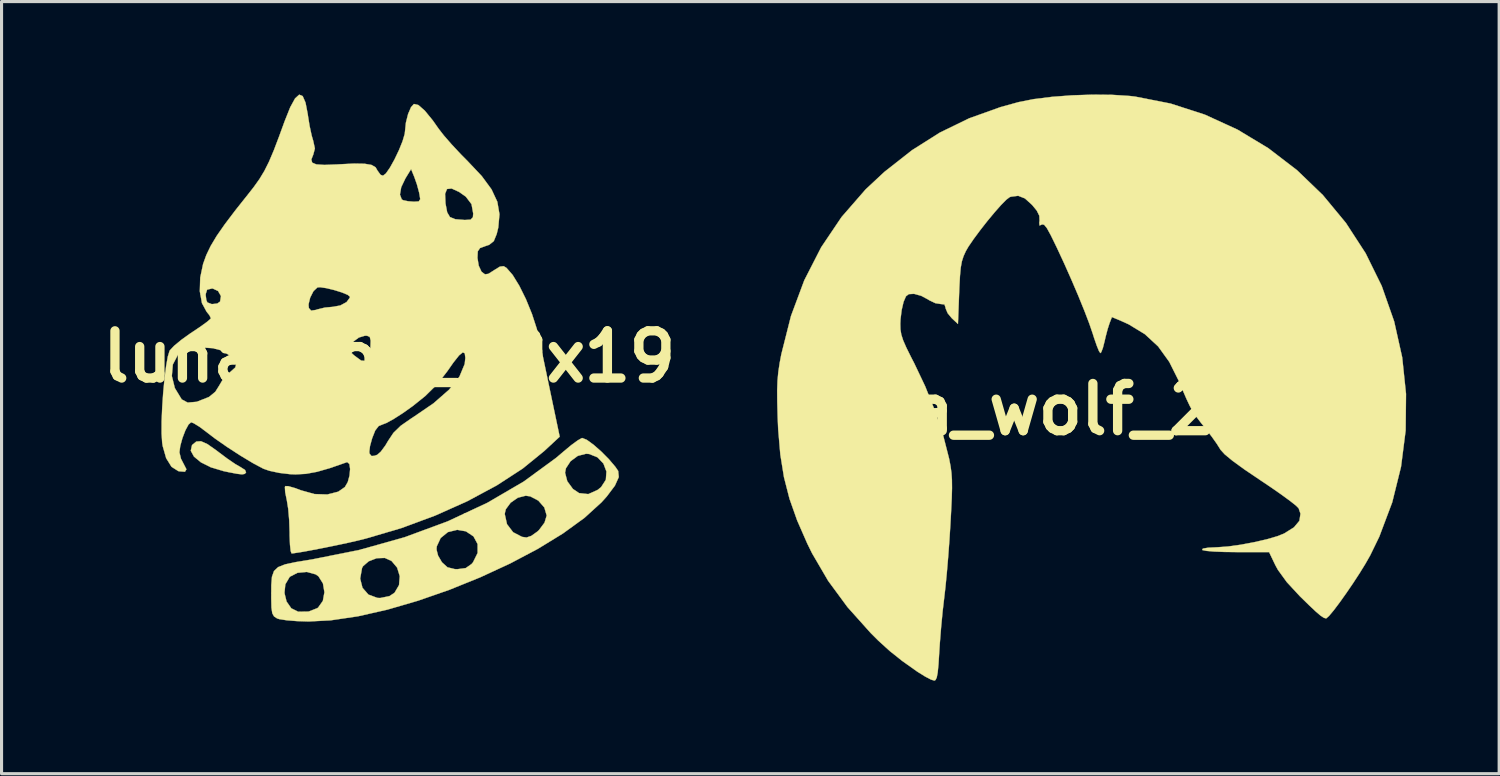
<source format=kicad_pcb>
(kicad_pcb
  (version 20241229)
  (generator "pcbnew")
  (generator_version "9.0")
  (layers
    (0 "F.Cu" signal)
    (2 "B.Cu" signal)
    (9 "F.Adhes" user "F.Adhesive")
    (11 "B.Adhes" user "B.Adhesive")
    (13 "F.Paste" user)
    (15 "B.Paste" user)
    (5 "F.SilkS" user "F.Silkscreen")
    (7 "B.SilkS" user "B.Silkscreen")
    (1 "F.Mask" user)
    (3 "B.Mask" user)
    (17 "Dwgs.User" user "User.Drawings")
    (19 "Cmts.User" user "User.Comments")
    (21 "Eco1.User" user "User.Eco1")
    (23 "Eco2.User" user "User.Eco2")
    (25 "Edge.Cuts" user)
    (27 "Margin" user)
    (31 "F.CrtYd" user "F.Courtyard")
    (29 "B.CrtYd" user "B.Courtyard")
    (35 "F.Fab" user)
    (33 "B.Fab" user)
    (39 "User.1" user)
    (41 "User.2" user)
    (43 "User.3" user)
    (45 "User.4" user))
  (footprint "luna_wolf_22x22"
    (layer "F.Cu")
    (at 32.259 10.161)
    (property "Reference" "luna_wolf_22x22" (at 0 0 0) (layer "F.SilkS") (effects (font (size 1.524 1.524) (thickness 0.3))))
    (attr through_hole)
    (fp_poly (pts (xy 0.586 -10.15) (xy 1.152 -10.114) (xy 1.324 -10.094) (xy 2.47 -9.869) (xy 3.577 -9.511) (xy 4.633 -9.027) (xy 5.628 -8.427) (xy 6.55 -7.72) (xy 7.388 -6.913) (xy 8.131 -6.015) (xy 8.767 -5.036) (xy 9.285 -3.983) (xy 9.289 -3.973) (xy 9.687 -2.838) (xy 9.947 -1.675) (xy 10.07 -0.497) (xy 10.058 0.684) (xy 9.909 1.854) (xy 9.625 3.001) (xy 9.207 4.111) (xy 8.912 4.717) (xy 8.761 4.982) (xy 8.571 5.29) (xy 8.358 5.617) (xy 8.136 5.941) (xy 7.924 6.239) (xy 7.736 6.488) (xy 7.589 6.664) (xy 7.499 6.745) (xy 7.488 6.748) (xy 7.418 6.728) (xy 7.316 6.661) (xy 7.165 6.533) (xy 6.947 6.328) (xy 6.646 6.034) (xy 6.644 6.032) (xy 6.223 5.577) (xy 5.935 5.18) (xy 5.851 5.026) (xy 5.651 4.608) (xy 4.607 4.608) (xy 4.207 4.603) (xy 3.874 4.59) (xy 3.63 4.569) (xy 3.502 4.543) (xy 3.491 4.536) (xy 3.515 4.494) (xy 3.683 4.466) (xy 3.978 4.452) (xy 4.324 4.427) (xy 4.735 4.37) (xy 5.166 4.289) (xy 5.576 4.195) (xy 5.921 4.094) (xy 6.132 4.01) (xy 6.452 3.81) (xy 6.629 3.598) (xy 6.664 3.369) (xy 6.603 3.191) (xy 6.521 3.109) (xy 6.337 2.963) (xy 6.072 2.769) (xy 5.746 2.541) (xy 5.379 2.294) (xy 5.363 2.283) (xy 4.856 1.941) (xy 4.476 1.665) (xy 4.219 1.453) (xy 4.084 1.305) (xy 4.076 1.291) (xy 3.968 1.119) (xy 3.804 0.887) (xy 3.629 0.658) (xy 3.439 0.418) (xy 3.298 0.231) (xy 3.187 0.064) (xy 3.088 -0.117) (xy 2.981 -0.344) (xy 2.849 -0.649) (xy 2.738 -0.913) (xy 2.429 -1.532) (xy 2.07 -2.03) (xy 1.641 -2.426) (xy 1.12 -2.743) (xy 0.851 -2.865) (xy 0.578 -2.978) (xy 0.5 -2.777) (xy 0.439 -2.587) (xy 0.372 -2.331) (xy 0.341 -2.195) (xy 0.287 -1.984) (xy 0.234 -1.845) (xy 0.205 -1.814) (xy 0.161 -1.879) (xy 0.09 -2.052) (xy 0.003 -2.303) (xy -0.043 -2.449) (xy -0.153 -2.77) (xy -0.313 -3.188) (xy -0.511 -3.674) (xy -0.734 -4.195) (xy -0.967 -4.719) (xy -1.198 -5.216) (xy -1.391 -5.612) (xy -1.518 -5.844) (xy -1.609 -5.957) (xy -1.68 -5.969) (xy -1.696 -5.958) (xy -1.758 -5.933) (xy -1.767 -6.021) (xy -1.758 -6.09) (xy -1.765 -6.248) (xy -1.847 -6.413) (xy -1.997 -6.596) (xy -2.23 -6.807) (xy -2.447 -6.892) (xy -2.682 -6.862) (xy -2.724 -6.847) (xy -2.832 -6.765) (xy -3.003 -6.591) (xy -3.215 -6.351) (xy -3.447 -6.071) (xy -3.678 -5.776) (xy -3.887 -5.494) (xy -4.053 -5.251) (xy -4.137 -5.106) (xy -4.211 -4.943) (xy -4.264 -4.778) (xy -4.301 -4.576) (xy -4.326 -4.306) (xy -4.346 -3.937) (xy -4.353 -3.754) (xy -4.391 -2.756) (xy -4.59 -2.941) (xy -4.723 -3.102) (xy -4.788 -3.255) (xy -4.79 -3.274) (xy -4.826 -3.385) (xy -4.955 -3.4) (xy -5.12 -3.426) (xy -5.317 -3.52) (xy -5.358 -3.547) (xy -5.575 -3.663) (xy -5.797 -3.725) (xy -5.826 -3.727) (xy -5.978 -3.718) (xy -6.069 -3.648) (xy -6.142 -3.479) (xy -6.151 -3.451) (xy -6.208 -3.205) (xy -6.245 -2.906) (xy -6.252 -2.761) (xy -6.247 -2.581) (xy -6.22 -2.413) (xy -6.16 -2.226) (xy -6.056 -1.989) (xy -5.898 -1.671) (xy -5.803 -1.488) (xy -5.448 -0.741) (xy -5.129 0.056) (xy -4.866 0.851) (xy -4.677 1.591) (xy -4.671 1.621) (xy -4.629 1.841) (xy -4.601 2.05) (xy -4.586 2.274) (xy -4.583 2.541) (xy -4.592 2.878) (xy -4.613 3.314) (xy -4.634 3.701) (xy -4.667 4.224) (xy -4.707 4.766) (xy -4.751 5.285) (xy -4.795 5.739) (xy -4.832 6.06) (xy -4.885 6.514) (xy -4.935 7.036) (xy -4.976 7.548) (xy -4.995 7.837) (xy -5.019 8.227) (xy -5.045 8.493) (xy -5.076 8.656) (xy -5.115 8.736) (xy -5.153 8.755) (xy -5.262 8.722) (xy -5.451 8.623) (xy -5.681 8.48) (xy -5.715 8.458) (xy -6.194 8.118) (xy -6.594 7.799) (xy -6.968 7.459) (xy -7.206 7.221) (xy -7.956 6.383) (xy -8.581 5.534) (xy -9.099 4.647) (xy -9.254 4.332) (xy -9.581 3.586) (xy -9.828 2.887) (xy -10.006 2.192) (xy -10.124 1.461) (xy -10.193 0.649) (xy -10.21 0.254) (xy -10.223 -0.233) (xy -10.226 -0.613) (xy -10.215 -0.924) (xy -10.189 -1.204) (xy -10.146 -1.491) (xy -10.092 -1.778) (xy -9.78 -3.013) (xy -9.351 -4.164) (xy -8.806 -5.229) (xy -8.147 -6.207) (xy -7.373 -7.096) (xy -6.761 -7.667) (xy -5.873 -8.364) (xy -4.973 -8.933) (xy -4.03 -9.392) (xy -3.013 -9.756) (xy -2.431 -9.916) (xy -1.945 -10.012) (xy -1.358 -10.085) (xy -0.712 -10.134) (xy -0.05 -10.156) (xy 0.586 -10.15)) (stroke (width 0.01) (type solid)) (fill yes) (layer "F.SilkS")))
  (footprint "luna_dog_19x19"
    (layer "F.Cu")
    (at 9.514 8.462)
    (property "Reference" "luna_dog_19x19" (at 0 0 0) (layer "F.SilkS") (effects (font (size 1.524 1.524) (thickness 0.3))))
    (attr through_hole)
    (fp_poly (pts (xy -5.868 2.822) (xy -5.577 3.027) (xy -5.499 3.087) (xy -5.225 3.292) (xy -4.973 3.464) (xy -4.798 3.565) (xy -4.654 3.658) (xy -4.622 3.738) (xy -4.667 3.783) (xy -4.751 3.798) (xy -4.912 3.78) (xy -5.184 3.728) (xy -5.357 3.691) (xy -5.757 3.571) (xy -6.079 3.41) (xy -6.303 3.225) (xy -6.407 3.035) (xy -6.368 2.859) (xy -6.356 2.843) (xy -6.229 2.739) (xy -6.076 2.729) (xy -5.868 2.822)) (stroke (width 0.01) (type solid)) (fill yes) (layer "F.SilkS"))
    (fp_poly (pts (xy 6.376 2.684) (xy 6.592 2.841) (xy 6.842 3.061) (xy 7.088 3.309) (xy 7.295 3.553) (xy 7.388 3.689) (xy 7.407 3.885) (xy 7.283 4.161) (xy 7.019 4.512) (xy 6.852 4.698) (xy 6.301 5.2) (xy 5.607 5.704) (xy 4.798 6.2) (xy 3.899 6.675) (xy 2.937 7.12) (xy 1.939 7.524) (xy 0.93 7.875) (xy -0.062 8.164) (xy -1.012 8.379) (xy -1.892 8.509) (xy -2.602 8.546) (xy -2.98 8.534) (xy -3.312 8.507) (xy -3.549 8.47) (xy -3.619 8.448) (xy -3.719 8.383) (xy -3.776 8.281) (xy -3.803 8.1) (xy -3.81 7.798) (xy -3.81 7.74) (xy -3.809 7.628) (xy -3.383 7.628) (xy -3.315 7.903) (xy -3.163 8.121) (xy -2.941 8.231) (xy -2.603 8.226) (xy -2.321 8.115) (xy -2.298 8.098) (xy -2.144 7.882) (xy -2.093 7.602) (xy -2.141 7.318) (xy -2.239 7.162) (xy -0.94 7.162) (xy -0.865 7.459) (xy -0.674 7.678) (xy -0.387 7.784) (xy -0.296 7.789) (xy 0.005 7.728) (xy 0.169 7.62) (xy 0.315 7.371) (xy 0.338 7.084) (xy 0.253 6.807) (xy 0.072 6.592) (xy -0.144 6.495) (xy -0.406 6.504) (xy -0.663 6.603) (xy -0.846 6.76) (xy -0.879 6.819) (xy -0.94 7.162) (xy -2.239 7.162) (xy -2.284 7.09) (xy -2.374 7.026) (xy -2.66 6.947) (xy -2.963 6.975) (xy -3.206 7.101) (xy -3.217 7.112) (xy -3.355 7.347) (xy -3.383 7.628) (xy -3.809 7.628) (xy -3.808 7.37) (xy -3.787 7.104) (xy -3.721 6.918) (xy -3.588 6.792) (xy -3.363 6.703) (xy -3.021 6.63) (xy -2.539 6.551) (xy -2.486 6.542) (xy -0.964 6.237) (xy -0.912 6.223) (xy 1.524 6.223) (xy 1.575 6.421) (xy 1.699 6.634) (xy 1.699 6.635) (xy 1.879 6.798) (xy 2.116 6.856) (xy 2.201 6.858) (xy 2.467 6.823) (xy 2.655 6.692) (xy 2.703 6.635) (xy 2.851 6.336) (xy 2.85 6.046) (xy 2.718 5.8) (xy 2.472 5.636) (xy 2.193 5.588) (xy 1.892 5.661) (xy 1.658 5.852) (xy 1.533 6.121) (xy 1.524 6.223) (xy -0.912 6.223) (xy 0.499 5.826) (xy 1.883 5.315) (xy 2.403 5.072) (xy 3.725 5.072) (xy 3.799 5.406) (xy 3.997 5.666) (xy 4.284 5.815) (xy 4.43 5.836) (xy 4.585 5.783) (xy 4.78 5.644) (xy 4.833 5.595) (xy 5.011 5.356) (xy 5.08 5.128) (xy 5.08 5.125) (xy 5.004 4.866) (xy 4.81 4.645) (xy 4.55 4.508) (xy 4.403 4.487) (xy 4.148 4.552) (xy 3.916 4.713) (xy 3.76 4.925) (xy 3.725 5.072) (xy 2.403 5.072) (xy 3.17 4.713) (xy 4.342 4.028) (xy 4.729 3.745) (xy 5.673 3.745) (xy 5.745 4.02) (xy 5.927 4.269) (xy 6.126 4.403) (xy 6.423 4.435) (xy 6.726 4.299) (xy 6.837 4.209) (xy 6.99 3.972) (xy 7.009 3.706) (xy 6.912 3.45) (xy 6.72 3.248) (xy 6.45 3.14) (xy 6.35 3.133) (xy 6.085 3.201) (xy 5.851 3.373) (xy 5.701 3.602) (xy 5.673 3.745) (xy 4.729 3.745) (xy 5.382 3.267) (xy 5.622 3.063) (xy 5.872 2.855) (xy 6.083 2.701) (xy 6.215 2.627) (xy 6.23 2.625) (xy 6.376 2.684)) (stroke (width 0.01) (type solid)) (fill yes) (layer "F.SilkS"))
    (fp_poly (pts (xy -2.795 -8.411) (xy -2.703 -8.198) (xy -2.63 -7.82) (xy -2.625 -7.778) (xy -2.571 -7.444) (xy -2.505 -7.138) (xy -2.456 -6.97) (xy -2.401 -6.719) (xy -2.453 -6.524) (xy -2.515 -6.366) (xy -2.489 -6.263) (xy -2.354 -6.206) (xy -2.093 -6.189) (xy -1.686 -6.205) (xy -1.617 -6.209) (xy -1.136 -6.233) (xy -0.797 -6.227) (xy -0.574 -6.189) (xy -0.442 -6.113) (xy -0.378 -6.002) (xy -0.281 -5.87) (xy -0.203 -5.842) (xy -0.108 -5.915) (xy 0.023 -6.104) (xy 0.17 -6.369) (xy 0.312 -6.666) (xy 0.428 -6.953) (xy 0.498 -7.189) (xy 0.508 -7.279) (xy 0.537 -7.555) (xy 0.607 -7.832) (xy 0.701 -8.051) (xy 0.796 -8.156) (xy 0.939 -8.122) (xy 1.145 -7.942) (xy 1.405 -7.624) (xy 1.586 -7.366) (xy 1.756 -7.146) (xy 2.011 -6.853) (xy 2.311 -6.532) (xy 2.528 -6.313) (xy 2.983 -5.831) (xy 3.299 -5.402) (xy 3.487 -5) (xy 3.556 -4.598) (xy 3.518 -4.171) (xy 3.467 -3.96) (xy 3.373 -3.73) (xy 3.223 -3.61) (xy 3.108 -3.572) (xy 2.929 -3.506) (xy 2.856 -3.399) (xy 2.846 -3.187) (xy 2.847 -3.182) (xy 2.887 -2.936) (xy 2.973 -2.75) (xy 2.988 -2.733) (xy 3.089 -2.659) (xy 3.198 -2.674) (xy 3.377 -2.787) (xy 3.382 -2.791) (xy 3.57 -2.907) (xy 3.692 -2.921) (xy 3.782 -2.867) (xy 3.98 -2.64) (xy 4.196 -2.289) (xy 4.411 -1.855) (xy 4.605 -1.379) (xy 4.76 -0.903) (xy 4.825 -0.639) (xy 4.866 -0.442) (xy 4.935 -0.115) (xy 5.023 0.306) (xy 5.123 0.785) (xy 5.198 1.143) (xy 5.5 2.582) (xy 4.997 3.048) (xy 4.305 3.611) (xy 3.471 4.153) (xy 2.521 4.663) (xy 1.484 5.127) (xy 0.387 5.533) (xy -0.744 5.866) (xy -1.002 5.931) (xy -1.348 6.01) (xy -1.748 6.095) (xy -2.163 6.179) (xy -2.552 6.254) (xy -2.876 6.312) (xy -3.095 6.345) (xy -3.154 6.35) (xy -3.183 6.272) (xy -3.205 6.065) (xy -3.217 5.768) (xy -3.217 5.668) (xy -3.23 5.284) (xy -3.262 4.911) (xy -3.308 4.625) (xy -3.313 4.606) (xy -3.36 4.371) (xy -3.369 4.21) (xy -3.358 4.177) (xy -3.259 4.179) (xy -3.054 4.237) (xy -2.848 4.313) (xy -2.414 4.434) (xy -2 4.447) (xy -1.647 4.357) (xy -1.433 4.207) (xy -1.34 4.047) (xy -1.283 3.836) (xy -1.264 3.625) (xy -1.287 3.464) (xy -1.356 3.403) (xy -1.376 3.408) (xy -1.91 3.594) (xy -2.335 3.716) (xy -2.691 3.781) (xy -3.023 3.799) (xy -3.203 3.792) (xy -3.549 3.751) (xy -3.872 3.682) (xy -4.064 3.615) (xy -4.391 3.441) (xy -4.797 3.197) (xy -4.988 3.073) (xy -0.646 3.073) (xy -0.636 3.131) (xy -0.573 3.206) (xy -0.478 3.199) (xy -0.388 3.166) (xy -0.274 3.066) (xy -0.127 2.867) (xy -0.038 2.717) (xy 0.135 2.457) (xy 0.37 2.229) (xy 0.712 1.991) (xy 0.764 1.958) (xy 1.429 1.504) (xy 1.93 1.065) (xy 2.265 0.642) (xy 2.434 0.236) (xy 2.455 0.038) (xy 2.436 -0.111) (xy 2.372 -0.139) (xy 2.252 -0.041) (xy 2.067 0.192) (xy 1.875 0.467) (xy 1.549 0.888) (xy 1.158 1.272) (xy 0.758 1.593) (xy 0.436 1.822) (xy 0.14 2.012) (xy -0.089 2.138) (xy -0.187 2.175) (xy -0.342 2.238) (xy -0.454 2.382) (xy -0.553 2.633) (xy -0.622 2.884) (xy -0.646 3.073) (xy -4.988 3.073) (xy -5.228 2.918) (xy -5.628 2.639) (xy -5.899 2.432) (xy -6.126 2.262) (xy -6.312 2.148) (xy -6.396 2.117) (xy -6.48 2.191) (xy -6.581 2.378) (xy -6.676 2.626) (xy -6.747 2.883) (xy -6.773 3.087) (xy -6.725 3.29) (xy -6.638 3.458) (xy -6.547 3.634) (xy -6.594 3.713) (xy -6.781 3.699) (xy -6.81 3.692) (xy -7.028 3.554) (xy -7.201 3.276) (xy -7.313 2.884) (xy -7.33 2.774) (xy -7.349 2.478) (xy -7.348 2.086) (xy -7.329 1.635) (xy -7.297 1.164) (xy -7.254 0.709) (xy -7.243 0.624) (xy -7.018 0.624) (xy -6.921 1.013) (xy -6.7 1.377) (xy -6.699 1.379) (xy -6.507 1.481) (xy -6.214 1.456) (xy -5.833 1.306) (xy -5.815 1.297) (xy -5.615 1.133) (xy -5.493 0.939) (xy -5.368 0.726) (xy -5.174 0.528) (xy -5.161 0.519) (xy -4.972 0.349) (xy -4.931 0.204) (xy -5.042 0.052) (xy -5.22 -0.083) (xy -5.445 -0.209) (xy -5.652 -0.264) (xy -1.375 -0.264) (xy -1.137 -0.044) (xy -0.91 0.124) (xy -0.751 0.139) (xy -0.652 -0.003) (xy -0.609 -0.276) (xy -0.601 -0.518) (xy -0.629 -0.637) (xy -0.714 -0.675) (xy -0.785 -0.677) (xy -0.983 -0.618) (xy -1.178 -0.473) (xy -1.18 -0.471) (xy -1.375 -0.264) (xy -5.652 -0.264) (xy -5.688 -0.274) (xy -6.02 -0.295) (xy -6.074 -0.295) (xy -6.381 -0.288) (xy -6.574 -0.254) (xy -6.71 -0.176) (xy -6.823 -0.059) (xy -6.986 0.253) (xy -7.018 0.624) (xy -7.243 0.624) (xy -7.203 0.307) (xy -7.148 -0.005) (xy -7.091 -0.19) (xy -7.083 -0.203) (xy -6.948 -0.348) (xy -6.712 -0.543) (xy -6.423 -0.751) (xy -6.351 -0.798) (xy -6.08 -0.98) (xy -5.873 -1.131) (xy -5.766 -1.226) (xy -5.757 -1.24) (xy -5.808 -1.342) (xy -5.897 -1.453) (xy -6.022 -1.685) (xy -2.607 -1.685) (xy -2.595 -1.569) (xy -2.522 -1.487) (xy -2.371 -1.509) (xy -2.326 -1.525) (xy -2.078 -1.585) (xy -1.821 -1.609) (xy -1.58 -1.653) (xy -1.378 -1.763) (xy -1.274 -1.904) (xy -1.27 -1.936) (xy -1.344 -1.997) (xy -1.531 -2.074) (xy -1.778 -2.151) (xy -2.029 -2.212) (xy -2.232 -2.242) (xy -2.318 -2.236) (xy -2.447 -2.115) (xy -2.554 -1.905) (xy -2.607 -1.685) (xy -6.022 -1.685) (xy -6.046 -1.728) (xy -6.096 -2.004) (xy -5.927 -2.004) (xy -5.905 -1.826) (xy -5.87 -1.75) (xy -5.726 -1.696) (xy -5.551 -1.716) (xy -5.461 -1.779) (xy -5.433 -1.957) (xy -5.526 -2.12) (xy -5.698 -2.2) (xy -5.721 -2.201) (xy -5.88 -2.163) (xy -5.926 -2.019) (xy -5.927 -2.004) (xy -6.096 -2.004) (xy -6.115 -2.11) (xy -6.102 -2.552) (xy -6.009 -2.994) (xy -5.905 -3.281) (xy -5.764 -3.574) (xy -5.571 -3.897) (xy -5.308 -4.275) (xy -4.96 -4.734) (xy -4.607 -5.178) (xy -4.564 -5.232) (xy 0.344 -5.232) (xy 0.402 -5.078) (xy 0.445 -5.051) (xy 0.604 -5.017) (xy 0.79 -5.002) (xy 0.95 -5.011) (xy 0.999 -5.083) (xy 0.972 -5.257) (xy 1.801 -5.257) (xy 1.814 -4.957) (xy 1.818 -4.926) (xy 1.869 -4.658) (xy 1.958 -4.507) (xy 2.128 -4.437) (xy 2.423 -4.413) (xy 2.434 -4.412) (xy 2.624 -4.423) (xy 2.699 -4.5) (xy 2.709 -4.62) (xy 2.654 -4.923) (xy 2.471 -5.164) (xy 2.257 -5.315) (xy 2.012 -5.428) (xy 1.863 -5.412) (xy 1.801 -5.257) (xy 0.972 -5.257) (xy 0.971 -5.269) (xy 0.97 -5.271) (xy 0.893 -5.558) (xy 0.808 -5.8) (xy 0.704 -6.054) (xy 0.522 -5.757) (xy 0.385 -5.471) (xy 0.344 -5.232) (xy -4.564 -5.232) (xy -4.376 -5.472) (xy -4.189 -5.734) (xy -4.031 -5.996) (xy -3.883 -6.291) (xy -3.729 -6.654) (xy -3.553 -7.117) (xy -3.378 -7.597) (xy -3.197 -8.05) (xy -3.04 -8.337) (xy -2.907 -8.457) (xy -2.795 -8.411)) (stroke (width 0.01) (type solid)) (fill yes) (layer "F.SilkS")))
  (gr_rect
    (start -3 -3)
    (end 45.335 21.921)
    (stroke (width 0.1) (type default))
    (fill no)
    (layer "Edge.Cuts")))
</source>
